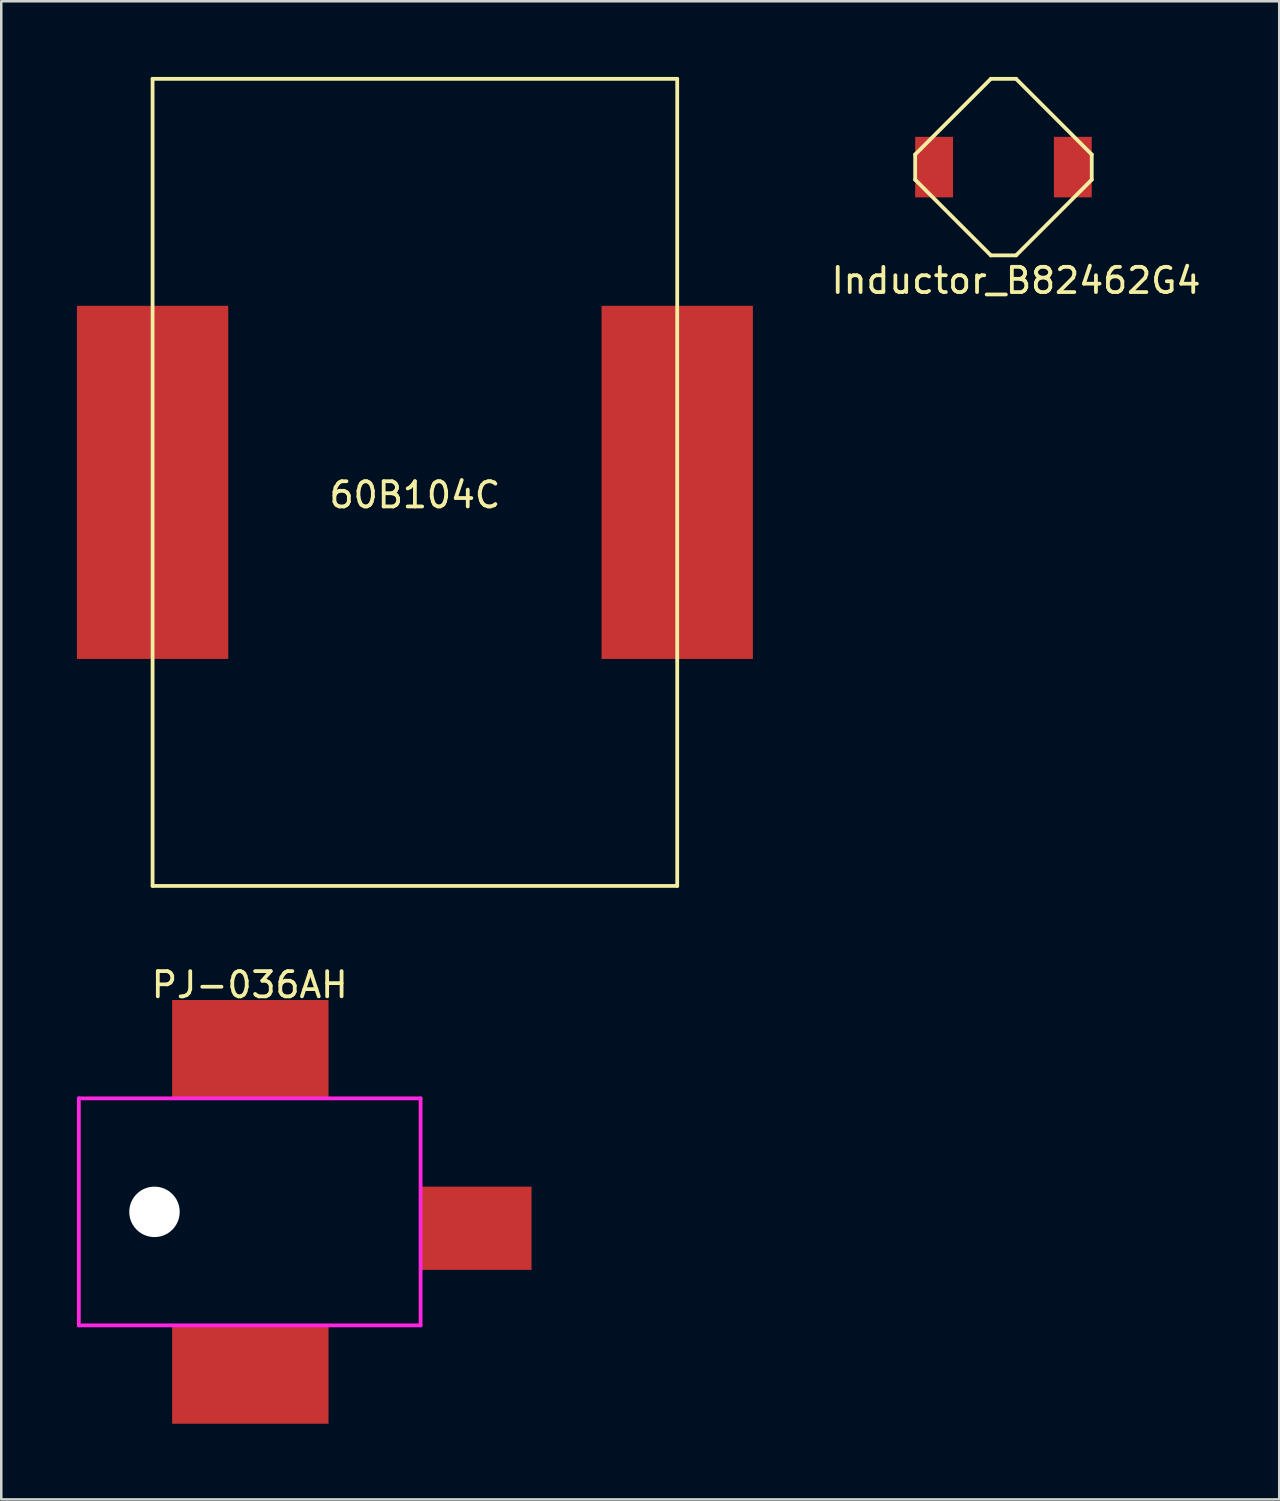
<source format=kicad_pcb>
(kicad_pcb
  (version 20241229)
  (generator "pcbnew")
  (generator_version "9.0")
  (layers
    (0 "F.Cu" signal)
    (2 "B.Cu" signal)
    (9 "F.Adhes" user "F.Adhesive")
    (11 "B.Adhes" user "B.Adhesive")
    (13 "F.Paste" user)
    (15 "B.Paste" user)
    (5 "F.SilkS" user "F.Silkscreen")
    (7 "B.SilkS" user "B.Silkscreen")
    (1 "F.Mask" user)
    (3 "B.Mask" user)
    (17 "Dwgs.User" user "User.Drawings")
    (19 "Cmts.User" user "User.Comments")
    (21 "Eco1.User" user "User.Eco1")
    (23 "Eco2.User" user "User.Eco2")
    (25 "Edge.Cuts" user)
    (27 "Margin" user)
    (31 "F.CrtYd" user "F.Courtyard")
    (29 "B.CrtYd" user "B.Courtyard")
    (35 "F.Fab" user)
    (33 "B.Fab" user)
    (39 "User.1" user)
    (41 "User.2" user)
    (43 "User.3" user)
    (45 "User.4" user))
  (footprint "PJ-036AH"
    (layer "F.Cu")
    (at 6.85 44.998)
    (property "Reference" "PJ-036AH" (at 0 -9 0) (layer "F.SilkS") (effects (font (size 1 1) (thickness 0.15))))
    (attr through_hole)
    (fp_line (start -6.775 -4.5) (end 6.775 -4.5) (stroke (width 0.15) (type solid)) (layer "F.CrtYd"))
    (fp_line (start -6.775 4.5) (end -6.775 -4.5) (stroke (width 0.15) (type solid)) (layer "F.CrtYd"))
    (fp_line (start 6.775 -4.5) (end 6.775 4.5) (stroke (width 0.15) (type solid)) (layer "F.CrtYd"))
    (fp_line (start 6.775 4.5) (end -6.775 4.5) (stroke (width 0.15) (type solid)) (layer "F.CrtYd"))
    (pad "" np_thru_hole circle (at -3.775 0) (size 2 2) (drill 2) (layers "*.Cu" "*.Mask"))
    (pad "1" smd rect (at 8.975 0.65) (size 4.4 3.3) (layers "F.Cu" "F.Mask" "F.Paste"))
    (pad "2" smd rect (at 0.025 -6.45) (size 6.2 3.9) (layers "F.Cu" "F.Mask" "F.Paste"))
    (pad "3" smd rect (at 0.025 6.45) (size 6.2 3.9) (layers "F.Cu" "F.Mask" "F.Paste")))
  (footprint "Inductor_B82462G4"
    (layer "F.Cu")
    (at 33.235 3.575)
    (property "Reference" "Inductor_B82462G4" (at 4 4.5 0) (layer "F.SilkS") (effects (font (size 1 1) (thickness 0.15))))
    (attr through_hole)
    (fp_line (start 0 -0.5) (end 3 -3.5) (stroke (width 0.15) (type solid)) (layer "F.SilkS"))
    (fp_line (start 0 0.5) (end 0 -0.5) (stroke (width 0.15) (type solid)) (layer "F.SilkS"))
    (fp_line (start 3 -3.5) (end 4 -3.5) (stroke (width 0.15) (type solid)) (layer "F.SilkS"))
    (fp_line (start 3 3.5) (end 0 0.5) (stroke (width 0.15) (type solid)) (layer "F.SilkS"))
    (fp_line (start 4 -3.5) (end 7 -0.5) (stroke (width 0.15) (type solid)) (layer "F.SilkS"))
    (fp_line (start 4 3.5) (end 3 3.5) (stroke (width 0.15) (type solid)) (layer "F.SilkS"))
    (fp_line (start 7 -0.5) (end 7 0.5) (stroke (width 0.15) (type solid)) (layer "F.SilkS"))
    (fp_line (start 7 0.5) (end 4 3.5) (stroke (width 0.15) (type solid)) (layer "F.SilkS"))
    (pad "1" smd rect (at 0.75 0) (size 1.5 2.4) (layers "F.Cu" "F.Mask" "F.Paste"))
    (pad "2" smd rect (at 6.25 0) (size 1.5 2.4) (layers "F.Cu" "F.Mask" "F.Paste")))
  (footprint "60B104C"
    (layer "F.Cu")
    (at 13.4 16.075)
    (property "Reference" "60B104C" (at 0 0.5 0) (layer "F.SilkS") (effects (font (size 1 1) (thickness 0.15))))
    (attr through_hole)
    (fp_line (start -10.4 -16) (end 10.4 -16) (stroke (width 0.15) (type solid)) (layer "F.SilkS"))
    (fp_line (start -10.4 16) (end -10.4 -16) (stroke (width 0.15) (type solid)) (layer "F.SilkS"))
    (fp_line (start 10.4 -16) (end 10.4 16) (stroke (width 0.15) (type solid)) (layer "F.SilkS"))
    (fp_line (start 10.4 16) (end -10.4 16) (stroke (width 0.15) (type solid)) (layer "F.SilkS"))
    (pad "1" smd rect (at 10.4 0) (size 6 14) (layers "F.Cu" "F.Mask" "F.Paste"))
    (pad "2" smd rect (at -10.4 0) (size 6 14) (layers "F.Cu" "F.Mask" "F.Paste")))
  (gr_rect
    (start -3 -3)
    (end 47.669 56.398)
    (stroke (width 0.1) (type default))
    (fill no)
    (layer "Edge.Cuts")))
</source>
